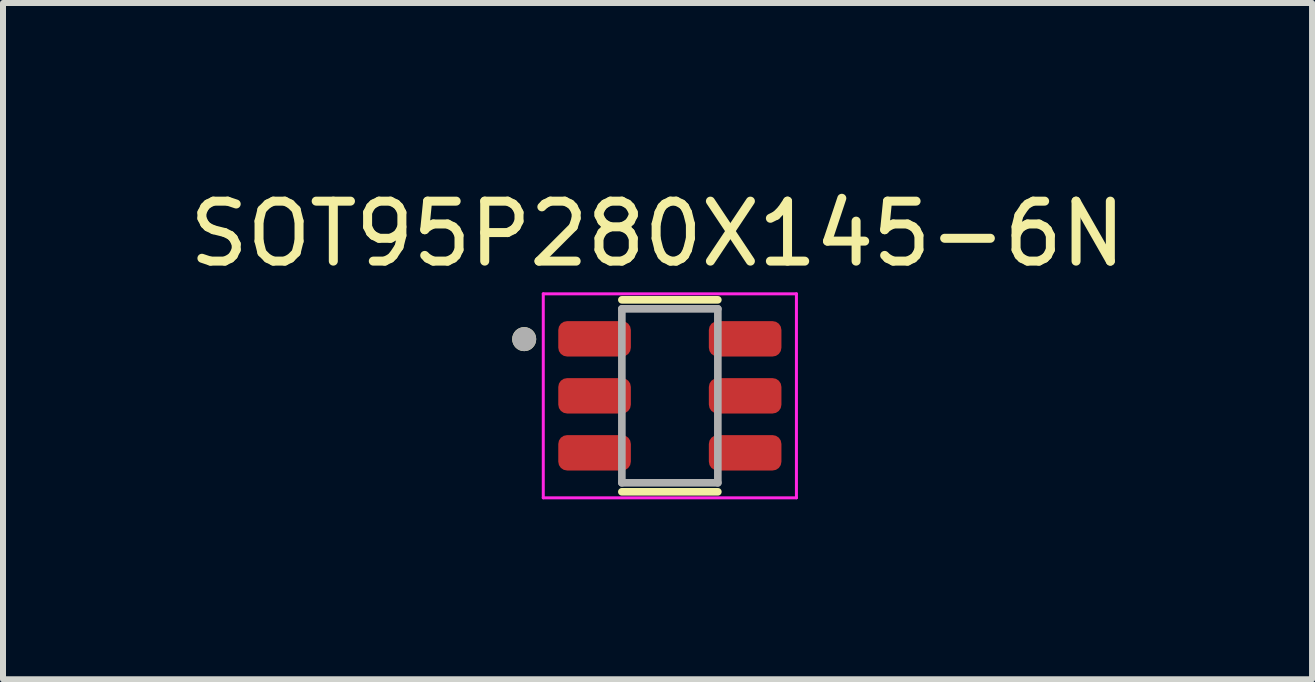
<source format=kicad_pcb>
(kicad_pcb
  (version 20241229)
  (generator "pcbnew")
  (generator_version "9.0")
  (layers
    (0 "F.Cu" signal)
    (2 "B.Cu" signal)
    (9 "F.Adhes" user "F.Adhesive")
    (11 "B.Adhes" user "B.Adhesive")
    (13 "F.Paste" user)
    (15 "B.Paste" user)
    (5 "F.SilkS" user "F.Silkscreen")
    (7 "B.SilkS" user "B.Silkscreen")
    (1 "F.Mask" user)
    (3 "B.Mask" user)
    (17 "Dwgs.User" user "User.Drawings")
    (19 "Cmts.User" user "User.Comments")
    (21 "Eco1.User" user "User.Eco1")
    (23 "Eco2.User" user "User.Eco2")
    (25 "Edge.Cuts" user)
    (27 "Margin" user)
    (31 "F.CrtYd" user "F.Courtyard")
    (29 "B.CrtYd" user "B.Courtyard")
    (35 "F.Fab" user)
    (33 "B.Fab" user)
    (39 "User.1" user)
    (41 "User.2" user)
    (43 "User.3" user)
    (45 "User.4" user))
  (footprint "SOT95P280X145-6N"
    (layer "F.Cu")
    (at 8.116 3.548)
    (property "Reference" "SOT95P280X145-6N" (at -0.205 -2.7 0) (layer "F.SilkS") (effects (font (size 1 1) (thickness 0.15))))
    (attr smd)
    (fp_line (start -0.8 -1.6) (end 0.8 -1.6) (stroke (width 0.127) (type solid)) (layer "F.SilkS"))
    (fp_line (start -0.8 1.6) (end 0.8 1.6) (stroke (width 0.127) (type solid)) (layer "F.SilkS"))
    (fp_circle (center -2.428 -0.945) (end -2.328 -0.945) (stroke (width 0.2) (type solid)) (fill no) (layer "F.SilkS"))
    (fp_line (start -2.11 -1.7) (end -2.11 1.7) (stroke (width 0.05) (type solid)) (layer "F.CrtYd"))
    (fp_line (start -2.11 1.7) (end 2.11 1.7) (stroke (width 0.05) (type solid)) (layer "F.CrtYd"))
    (fp_line (start 2.11 -1.7) (end -2.11 -1.7) (stroke (width 0.05) (type solid)) (layer "F.CrtYd"))
    (fp_line (start 2.11 1.7) (end 2.11 -1.7) (stroke (width 0.05) (type solid)) (layer "F.CrtYd"))
    (fp_line (start -0.8 -1.45) (end 0.8 -1.45) (stroke (width 0.127) (type solid)) (layer "F.Fab"))
    (fp_line (start -0.8 1.45) (end -0.8 -1.45) (stroke (width 0.127) (type solid)) (layer "F.Fab"))
    (fp_line (start 0.8 -1.45) (end 0.8 1.45) (stroke (width 0.127) (type solid)) (layer "F.Fab"))
    (fp_line (start 0.8 1.45) (end -0.8 1.45) (stroke (width 0.127) (type solid)) (layer "F.Fab"))
    (fp_circle (center -2.428 -0.945) (end -2.328 -0.945) (stroke (width 0.2) (type solid)) (fill no) (layer "F.Fab"))
    (pad "1" smd roundrect (at -1.255 -0.95) (size 1.21 0.59) (layers "F.Cu" "F.Mask" "F.Paste") (roundrect_rratio 0.25))
    (pad "2" smd roundrect (at -1.255 0) (size 1.21 0.59) (layers "F.Cu" "F.Mask" "F.Paste") (roundrect_rratio 0.25))
    (pad "3" smd roundrect (at -1.255 0.95) (size 1.21 0.59) (layers "F.Cu" "F.Mask" "F.Paste") (roundrect_rratio 0.25))
    (pad "4" smd roundrect (at 1.255 0.95) (size 1.21 0.59) (layers "F.Cu" "F.Mask" "F.Paste") (roundrect_rratio 0.25))
    (pad "5" smd roundrect (at 1.255 0) (size 1.21 0.59) (layers "F.Cu" "F.Mask" "F.Paste") (roundrect_rratio 0.25))
    (pad "6" smd roundrect (at 1.255 -0.95) (size 1.21 0.59) (layers "F.Cu" "F.Mask" "F.Paste") (roundrect_rratio 0.25)))
  (gr_rect
    (start -3 -3)
    (end 18.821 8.273)
    (stroke (width 0.1) (type default))
    (fill no)
    (layer "Edge.Cuts")))
</source>
